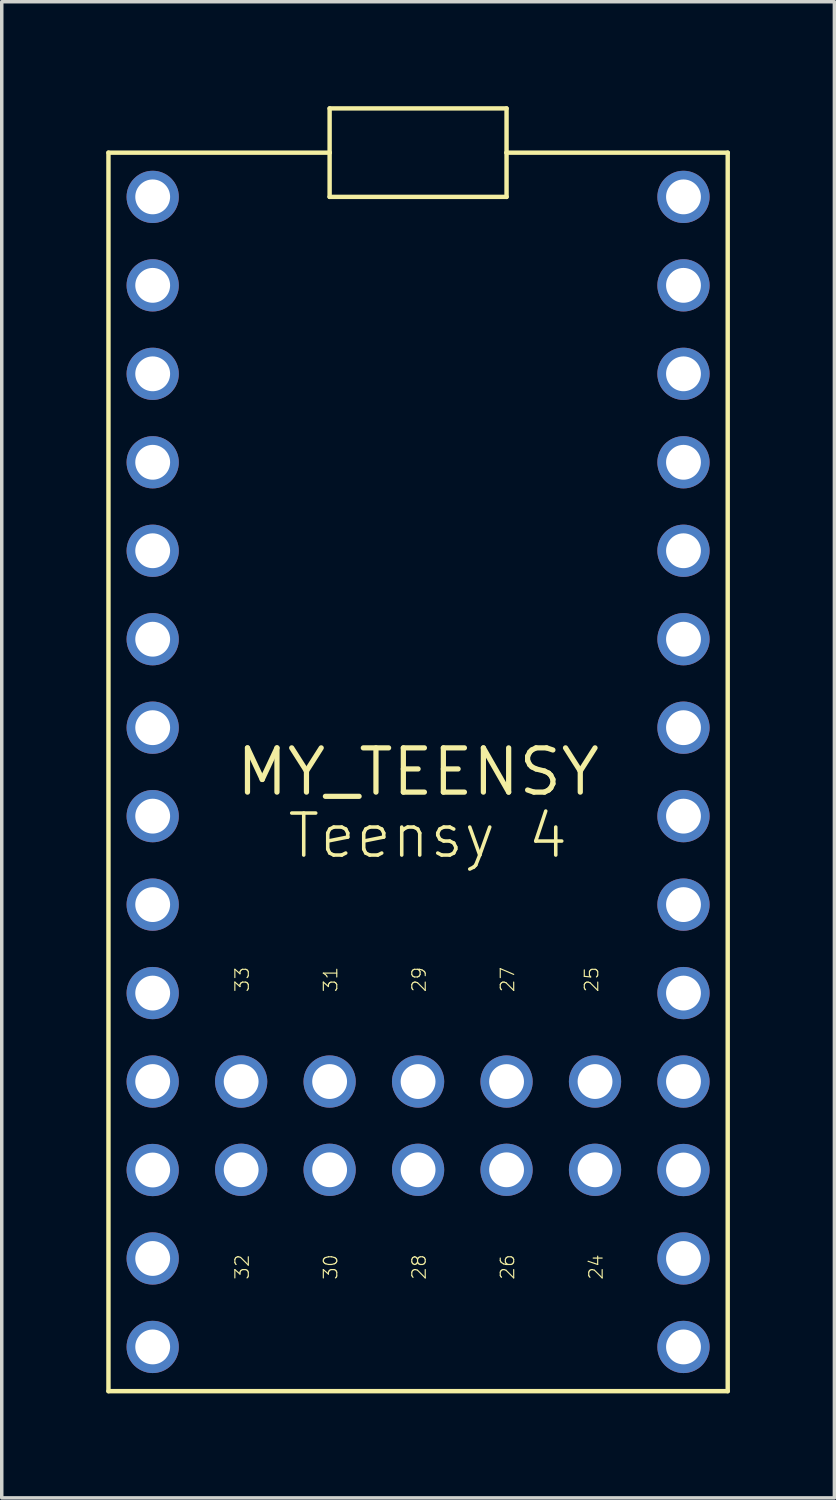
<source format=kicad_pcb>
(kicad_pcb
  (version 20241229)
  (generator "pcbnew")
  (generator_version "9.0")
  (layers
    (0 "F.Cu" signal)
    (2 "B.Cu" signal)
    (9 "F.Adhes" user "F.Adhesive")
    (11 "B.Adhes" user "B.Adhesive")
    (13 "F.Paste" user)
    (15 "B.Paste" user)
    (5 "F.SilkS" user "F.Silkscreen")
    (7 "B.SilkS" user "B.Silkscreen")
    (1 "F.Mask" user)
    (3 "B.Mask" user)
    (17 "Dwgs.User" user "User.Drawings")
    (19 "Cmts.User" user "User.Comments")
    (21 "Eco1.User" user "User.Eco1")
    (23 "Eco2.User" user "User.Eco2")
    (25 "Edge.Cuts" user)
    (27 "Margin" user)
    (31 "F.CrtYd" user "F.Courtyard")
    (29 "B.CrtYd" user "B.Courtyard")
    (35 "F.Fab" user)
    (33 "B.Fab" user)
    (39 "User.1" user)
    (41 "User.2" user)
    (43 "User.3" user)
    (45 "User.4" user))
  (footprint "MY_TEENSY"
    (layer "F.Cu")
    (at 8.954 19.113)
    (property "Reference" "MY_TEENSY" (at 0 0 0) (layer "F.SilkS") (effects (font (size 1.27 1.27) (thickness 0.15))))
    (attr through_hole)
    (fp_line (start -8.89 17.78) (end -8.89 -17.78) (stroke (width 0.127) (type solid)) (layer "F.SilkS"))
    (fp_line (start -2.54 -19.05) (end 2.54 -19.05) (stroke (width 0.127) (type solid)) (layer "F.SilkS"))
    (fp_line (start -2.54 -17.78) (end -8.89 -17.78) (stroke (width 0.127) (type solid)) (layer "F.SilkS"))
    (fp_line (start -2.54 -17.78) (end -2.54 -19.05) (stroke (width 0.127) (type solid)) (layer "F.SilkS"))
    (fp_line (start -2.54 -16.51) (end -2.54 -17.78) (stroke (width 0.127) (type solid)) (layer "F.SilkS"))
    (fp_line (start 2.54 -19.05) (end 2.54 -17.78) (stroke (width 0.127) (type solid)) (layer "F.SilkS"))
    (fp_line (start 2.54 -17.78) (end 2.54 -16.51) (stroke (width 0.127) (type solid)) (layer "F.SilkS"))
    (fp_line (start 2.54 -16.51) (end -2.54 -16.51) (stroke (width 0.127) (type solid)) (layer "F.SilkS"))
    (fp_line (start 8.89 -17.78) (end 2.54 -17.78) (stroke (width 0.127) (type solid)) (layer "F.SilkS"))
    (fp_line (start 8.89 -17.78) (end 8.89 17.78) (stroke (width 0.127) (type solid)) (layer "F.SilkS"))
    (fp_line (start 8.89 17.78) (end -8.89 17.78) (stroke (width 0.127) (type solid)) (layer "F.SilkS"))
    (fp_text user "27" (at 2.794 6.35 90) (layer "F.SilkS") (effects (font (size 0.386 0.386) (thickness 0.033)) (justify left bottom)))
    (fp_text user "Teensy 4" (at -3.81 2.54 0) (layer "F.SilkS") (effects (font (size 1.206 1.206) (thickness 0.102)) (justify left bottom)))
    (fp_text user "25" (at 5.207 6.35 90) (layer "F.SilkS") (effects (font (size 0.386 0.386) (thickness 0.033)) (justify left bottom)))
    (fp_text user "30" (at -2.286 14.605 90) (layer "F.SilkS") (effects (font (size 0.386 0.386) (thickness 0.033)) (justify left bottom)))
    (fp_text user "26" (at 2.794 14.605 90) (layer "F.SilkS") (effects (font (size 0.386 0.386) (thickness 0.033)) (justify left bottom)))
    (fp_text user "32" (at -4.826 14.605 90) (layer "F.SilkS") (effects (font (size 0.386 0.386) (thickness 0.033)) (justify left bottom)))
    (fp_text user "24" (at 5.334 14.605 90) (layer "F.SilkS") (effects (font (size 0.386 0.386) (thickness 0.033)) (justify left bottom)))
    (fp_text user "29" (at 0.254 6.35 90) (layer "F.SilkS") (effects (font (size 0.386 0.386) (thickness 0.033)) (justify left bottom)))
    (fp_text user "31" (at -2.286 6.35 90) (layer "F.SilkS") (effects (font (size 0.386 0.386) (thickness 0.033)) (justify left bottom)))
    (fp_text user "33" (at -4.826 6.35 90) (layer "F.SilkS") (effects (font (size 0.386 0.386) (thickness 0.033)) (justify left bottom)))
    (fp_text user "28" (at 0.254 14.605 90) (layer "F.SilkS") (effects (font (size 0.386 0.386) (thickness 0.033)) (justify left bottom)))
    (pad "3.3V@1" thru_hole circle (at 7.62 -11.43) (size 1.5 1.5) (drill 1) (layers "*.Cu" "*.Mask"))
    (pad "AGND" thru_hole circle (at 7.62 -13.97) (size 1.5 1.5) (drill 1) (layers "*.Cu" "*.Mask"))
    (pad "D0" thru_hole circle (at -7.62 -13.97) (size 1.5 1.5) (drill 1) (layers "*.Cu" "*.Mask"))
    (pad "D1" thru_hole circle (at -7.62 -11.43) (size 1.5 1.5) (drill 1) (layers "*.Cu" "*.Mask"))
    (pad "D2" thru_hole circle (at -7.62 -8.89) (size 1.5 1.5) (drill 1) (layers "*.Cu" "*.Mask"))
    (pad "D3" thru_hole circle (at -7.62 -6.35) (size 1.5 1.5) (drill 1) (layers "*.Cu" "*.Mask"))
    (pad "D4" thru_hole circle (at -7.62 -3.81) (size 1.5 1.5) (drill 1) (layers "*.Cu" "*.Mask"))
    (pad "D5" thru_hole circle (at -7.62 -1.27) (size 1.5 1.5) (drill 1) (layers "*.Cu" "*.Mask"))
    (pad "D6" thru_hole circle (at -7.62 1.27) (size 1.5 1.5) (drill 1) (layers "*.Cu" "*.Mask"))
    (pad "D7" thru_hole circle (at -7.62 3.81) (size 1.5 1.5) (drill 1) (layers "*.Cu" "*.Mask"))
    (pad "D8" thru_hole circle (at -7.62 6.35) (size 1.5 1.5) (drill 1) (layers "*.Cu" "*.Mask"))
    (pad "D9" thru_hole circle (at -7.62 8.89) (size 1.5 1.5) (drill 1) (layers "*.Cu" "*.Mask"))
    (pad "D10" thru_hole circle (at -7.62 11.43) (size 1.5 1.5) (drill 1) (layers "*.Cu" "*.Mask"))
    (pad "D11" thru_hole circle (at -7.62 13.97) (size 1.5 1.5) (drill 1) (layers "*.Cu" "*.Mask"))
    (pad "D12" thru_hole circle (at -7.62 16.51) (size 1.5 1.5) (drill 1) (layers "*.Cu" "*.Mask"))
    (pad "D13/LED" thru_hole circle (at 7.62 16.51) (size 1.5 1.5) (drill 1) (layers "*.Cu" "*.Mask"))
    (pad "D14/A0" thru_hole circle (at 7.62 13.97) (size 1.5 1.5) (drill 1) (layers "*.Cu" "*.Mask"))
    (pad "D15/A1" thru_hole circle (at 7.62 11.43) (size 1.5 1.5) (drill 1) (layers "*.Cu" "*.Mask"))
    (pad "D16/A2" thru_hole circle (at 7.62 8.89) (size 1.5 1.5) (drill 1) (layers "*.Cu" "*.Mask"))
    (pad "D17/A3" thru_hole circle (at 7.62 6.35 90) (size 1.5 1.5) (drill 1) (layers "*.Cu" "*.Mask"))
    (pad "D18/A4" thru_hole circle (at 7.62 3.81) (size 1.5 1.5) (drill 1) (layers "*.Cu" "*.Mask"))
    (pad "D19/A5" thru_hole circle (at 7.62 1.27) (size 1.5 1.5) (drill 1) (layers "*.Cu" "*.Mask"))
    (pad "D20/A6" thru_hole circle (at 7.62 -1.27) (size 1.5 1.5) (drill 1) (layers "*.Cu" "*.Mask"))
    (pad "D21/A7" thru_hole circle (at 7.62 -3.81) (size 1.5 1.5) (drill 1) (layers "*.Cu" "*.Mask"))
    (pad "D22/A8" thru_hole circle (at 7.62 -6.35) (size 1.5 1.5) (drill 1) (layers "*.Cu" "*.Mask"))
    (pad "D23/A9" thru_hole circle (at 7.62 -8.89) (size 1.5 1.5) (drill 1) (layers "*.Cu" "*.Mask"))
    (pad "D24" thru_hole circle (at 5.08 11.424 180) (size 1.5 1.5) (drill 1) (layers "*.Cu" "*.Mask"))
    (pad "D25" thru_hole circle (at 5.08 8.89 180) (size 1.5 1.5) (drill 1) (layers "*.Cu" "*.Mask"))
    (pad "D26" thru_hole circle (at 2.54 11.424 180) (size 1.5 1.5) (drill 1) (layers "*.Cu" "*.Mask"))
    (pad "D27" thru_hole circle (at 2.54 8.89 180) (size 1.5 1.5) (drill 1) (layers "*.Cu" "*.Mask"))
    (pad "D28" thru_hole circle (at 0 11.424 180) (size 1.5 1.5) (drill 1) (layers "*.Cu" "*.Mask"))
    (pad "D29" thru_hole circle (at 0 8.89) (size 1.5 1.5) (drill 1) (layers "*.Cu" "*.Mask"))
    (pad "D30" thru_hole circle (at -2.54 11.424 180) (size 1.5 1.5) (drill 1) (layers "*.Cu" "*.Mask"))
    (pad "D31" thru_hole circle (at -2.54 8.89) (size 1.5 1.5) (drill 1) (layers "*.Cu" "*.Mask"))
    (pad "D32" thru_hole circle (at -5.08 11.424) (size 1.5 1.5) (drill 1) (layers "*.Cu" "*.Mask"))
    (pad "D33" thru_hole circle (at -5.08 8.89) (size 1.5 1.5) (drill 1) (layers "*.Cu" "*.Mask"))
    (pad "GND@1" thru_hole circle (at -7.62 -16.51) (size 1.5 1.5) (drill 1) (layers "*.Cu" "*.Mask"))
    (pad "VIN" thru_hole circle (at 7.62 -16.51) (size 1.5 1.5) (drill 1) (layers "*.Cu" "*.Mask")))
  (gr_rect
    (start -3 -3)
    (end 20.907 39.957)
    (stroke (width 0.1) (type default))
    (fill no)
    (layer "Edge.Cuts")))
</source>
